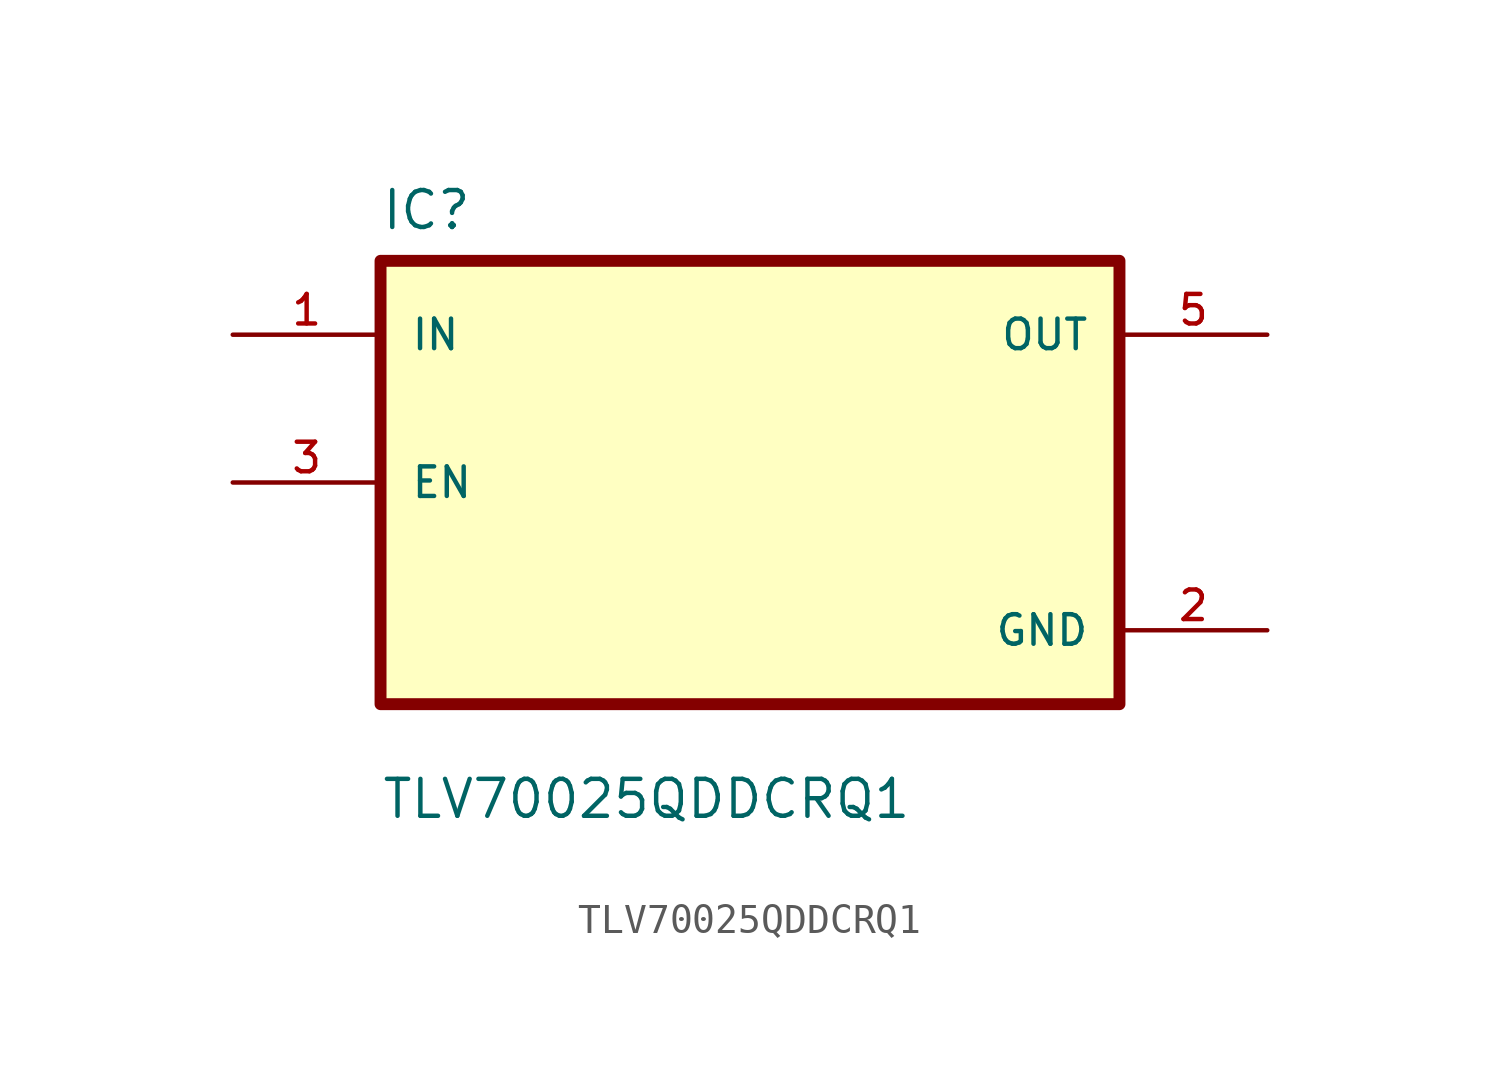
<source format=kicad_sym>
(kicad_symbol_lib
  (version 20211014)
  (generator kicad_symbol_editor)
  (symbol "TLV70025QDDCRQ1"
    (pin_names
      (offset 1.016))
    (property "Reference" "IC"
      (at -12.7 8.62 0.0)
      (effects (font (size 1.27 1.27)) (justify bottom left)))
    (property "Value" "TLV70025QDDCRQ1"
      (at -12.7 -11.62 0.0)
      (effects (font (size 1.27 1.27)) (justify bottom left)))
    (symbol "TLV70025QDDCRQ1_0_0"
      (rectangle (start -12.7 -7.62) (end 12.7 7.62) (stroke (width 0.41)) (fill (type background)))
      (pin input line (at -17.78 5.08 0) (length 5.08) (name "IN" (effects (font (size 1.016 1.016)))) (number "1" (effects (font (size 1.016 1.016)))))
      (pin bidirectional line (at -17.78 0.0 0) (length 5.08) (name "EN" (effects (font (size 1.016 1.016)))) (number "3" (effects (font (size 1.016 1.016)))))
      (pin output line (at 17.78 5.08 180.0) (length 5.08) (name "OUT" (effects (font (size 1.016 1.016)))) (number "5" (effects (font (size 1.016 1.016)))))
      (pin power_in line (at 17.78 -5.08 180.0) (length 5.08) (name "GND" (effects (font (size 1.016 1.016)))) (number "2" (effects (font (size 1.016 1.016))))))))
</source>
